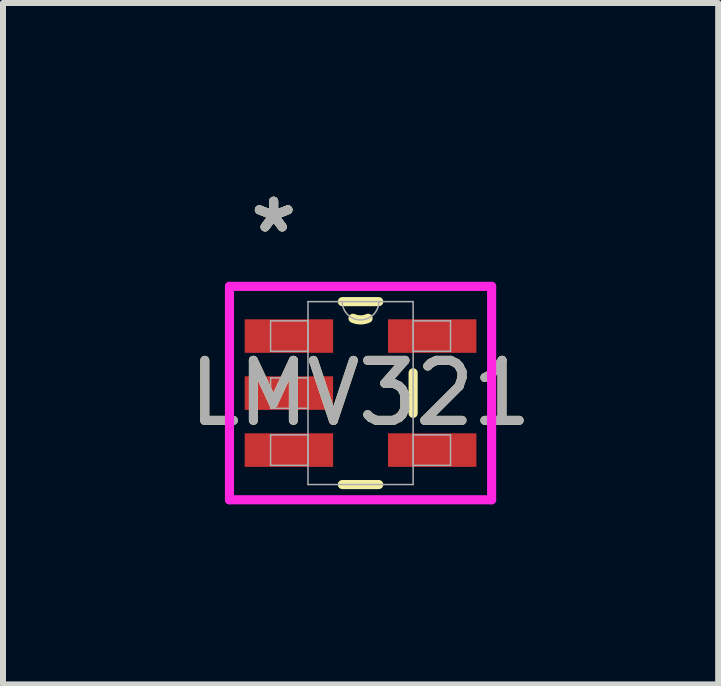
<source format=kicad_pcb>
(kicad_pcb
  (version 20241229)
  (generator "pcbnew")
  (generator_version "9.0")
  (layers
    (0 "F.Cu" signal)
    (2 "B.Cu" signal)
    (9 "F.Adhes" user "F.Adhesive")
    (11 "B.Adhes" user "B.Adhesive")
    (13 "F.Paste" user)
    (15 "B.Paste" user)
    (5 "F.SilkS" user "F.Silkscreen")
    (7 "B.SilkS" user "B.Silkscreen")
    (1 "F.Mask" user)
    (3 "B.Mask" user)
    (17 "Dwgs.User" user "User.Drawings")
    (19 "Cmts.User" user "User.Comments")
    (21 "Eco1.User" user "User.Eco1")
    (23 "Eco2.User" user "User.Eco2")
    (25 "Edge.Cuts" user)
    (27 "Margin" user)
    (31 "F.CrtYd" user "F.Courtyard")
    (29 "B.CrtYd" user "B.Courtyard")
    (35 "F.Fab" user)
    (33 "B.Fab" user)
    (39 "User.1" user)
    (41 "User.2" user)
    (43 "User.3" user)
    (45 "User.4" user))
  (footprint "LMV321"
    (layer "F.Cu")
    (at 2.958 3.5)
    (property "Reference" "LMV321" (at 0 0 0) (unlocked yes) (layer "F.SilkS") (effects (font (size 1 1) (thickness 0.15))))
    (attr smd)
    (fp_line (start -0.303 1.524) (end 0.303 1.524) (stroke (width 0.152) (type solid)) (layer "F.SilkS"))
    (fp_line (start 0.303 -1.524) (end -0.303 -1.524) (stroke (width 0.152) (type solid)) (layer "F.SilkS"))
    (fp_line (start 0.876 0.338) (end 0.876 -0.338) (stroke (width 0.152) (type solid)) (layer "F.SilkS"))
    (fp_arc (start 0.124872 -1.245953) (mid 0 -1.2192) (end -0.124872 -1.245953) (stroke (width 0.1524) (type solid)) (layer "F.SilkS"))
    (fp_line (start -2.184 -1.778) (end 2.184 -1.778) (stroke (width 0.152) (type solid)) (layer "F.CrtYd"))
    (fp_line (start -2.184 1.778) (end -2.184 -1.778) (stroke (width 0.152) (type solid)) (layer "F.CrtYd"))
    (fp_line (start 2.184 -1.778) (end 2.184 1.778) (stroke (width 0.152) (type solid)) (layer "F.CrtYd"))
    (fp_line (start 2.184 1.778) (end -2.184 1.778) (stroke (width 0.152) (type solid)) (layer "F.CrtYd"))
    (fp_line (start -1.499 -1.204) (end -1.499 -0.696) (stroke (width 0.025) (type solid)) (layer "F.Fab"))
    (fp_line (start -1.499 -0.696) (end -0.876 -0.696) (stroke (width 0.025) (type solid)) (layer "F.Fab"))
    (fp_line (start -1.499 -0.254) (end -1.499 0.254) (stroke (width 0.025) (type solid)) (layer "F.Fab"))
    (fp_line (start -1.499 0.254) (end -0.876 0.254) (stroke (width 0.025) (type solid)) (layer "F.Fab"))
    (fp_line (start -1.499 0.696) (end -1.499 1.204) (stroke (width 0.025) (type solid)) (layer "F.Fab"))
    (fp_line (start -1.499 1.204) (end -0.876 1.204) (stroke (width 0.025) (type solid)) (layer "F.Fab"))
    (fp_line (start -0.876 -1.524) (end -0.876 1.524) (stroke (width 0.025) (type solid)) (layer "F.Fab"))
    (fp_line (start -0.876 -1.204) (end -1.499 -1.204) (stroke (width 0.025) (type solid)) (layer "F.Fab"))
    (fp_line (start -0.876 -0.696) (end -0.876 -1.204) (stroke (width 0.025) (type solid)) (layer "F.Fab"))
    (fp_line (start -0.876 -0.254) (end -1.499 -0.254) (stroke (width 0.025) (type solid)) (layer "F.Fab"))
    (fp_line (start -0.876 0.254) (end -0.876 -0.254) (stroke (width 0.025) (type solid)) (layer "F.Fab"))
    (fp_line (start -0.876 0.696) (end -1.499 0.696) (stroke (width 0.025) (type solid)) (layer "F.Fab"))
    (fp_line (start -0.876 1.204) (end -0.876 0.696) (stroke (width 0.025) (type solid)) (layer "F.Fab"))
    (fp_line (start -0.876 1.524) (end 0.876 1.524) (stroke (width 0.025) (type solid)) (layer "F.Fab"))
    (fp_line (start 0.876 -1.524) (end -0.876 -1.524) (stroke (width 0.025) (type solid)) (layer "F.Fab"))
    (fp_line (start 0.876 -1.204) (end 0.876 -0.696) (stroke (width 0.025) (type solid)) (layer "F.Fab"))
    (fp_line (start 0.876 -0.696) (end 1.499 -0.696) (stroke (width 0.025) (type solid)) (layer "F.Fab"))
    (fp_line (start 0.876 0.696) (end 0.876 1.204) (stroke (width 0.025) (type solid)) (layer "F.Fab"))
    (fp_line (start 0.876 1.204) (end 1.499 1.204) (stroke (width 0.025) (type solid)) (layer "F.Fab"))
    (fp_line (start 0.876 1.524) (end 0.876 -1.524) (stroke (width 0.025) (type solid)) (layer "F.Fab"))
    (fp_line (start 1.499 -1.204) (end 0.876 -1.204) (stroke (width 0.025) (type solid)) (layer "F.Fab"))
    (fp_line (start 1.499 -0.696) (end 1.499 -1.204) (stroke (width 0.025) (type solid)) (layer "F.Fab"))
    (fp_line (start 1.499 0.696) (end 0.876 0.696) (stroke (width 0.025) (type solid)) (layer "F.Fab"))
    (fp_line (start 1.499 1.204) (end 1.499 0.696) (stroke (width 0.025) (type solid)) (layer "F.Fab"))
    (fp_arc (start 0.3048 -1.524) (mid 0 -1.2192) (end -0.3048 -1.524) (stroke (width 0.0254) (type solid)) (layer "F.Fab"))
    (fp_text user "*" (at -1.448 -2.652 0) (layer "F.SilkS") (effects (font (size 1 1) (thickness 0.15))))
    (fp_text user "*" (at -1.448 -2.652 0) (unlocked yes) (layer "F.SilkS") (effects (font (size 1 1) (thickness 0.15))))
    (fp_text user "${REFERENCE}" (at 0 0 0) (unlocked yes) (layer "F.Fab") (effects (font (size 1 1) (thickness 0.15))))
    (fp_text user "*" (at -1.448 -2.652 0) (unlocked yes) (layer "F.Fab") (effects (font (size 1 1) (thickness 0.15))))
    (fp_text user "*" (at -1.448 -2.652 0) (layer "F.Fab") (effects (font (size 1 1) (thickness 0.15))))
    (pad "1" smd rect (at -1.194 -0.95) (size 1.473 0.559) (layers "F.Cu" "F.Mask" "F.Paste"))
    (pad "2" smd rect (at -1.194 0) (size 1.473 0.559) (layers "F.Cu" "F.Mask" "F.Paste"))
    (pad "3" smd rect (at -1.194 0.95) (size 1.473 0.559) (layers "F.Cu" "F.Mask" "F.Paste"))
    (pad "4" smd rect (at 1.194 0.95) (size 1.473 0.559) (layers "F.Cu" "F.Mask" "F.Paste"))
    (pad "5" smd rect (at 1.194 -0.95) (size 1.473 0.559) (layers "F.Cu" "F.Mask" "F.Paste")))
  (gr_rect
    (start -3 -3)
    (end 8.917 8.354)
    (stroke (width 0.1) (type default))
    (fill no)
    (layer "Edge.Cuts")))
</source>
